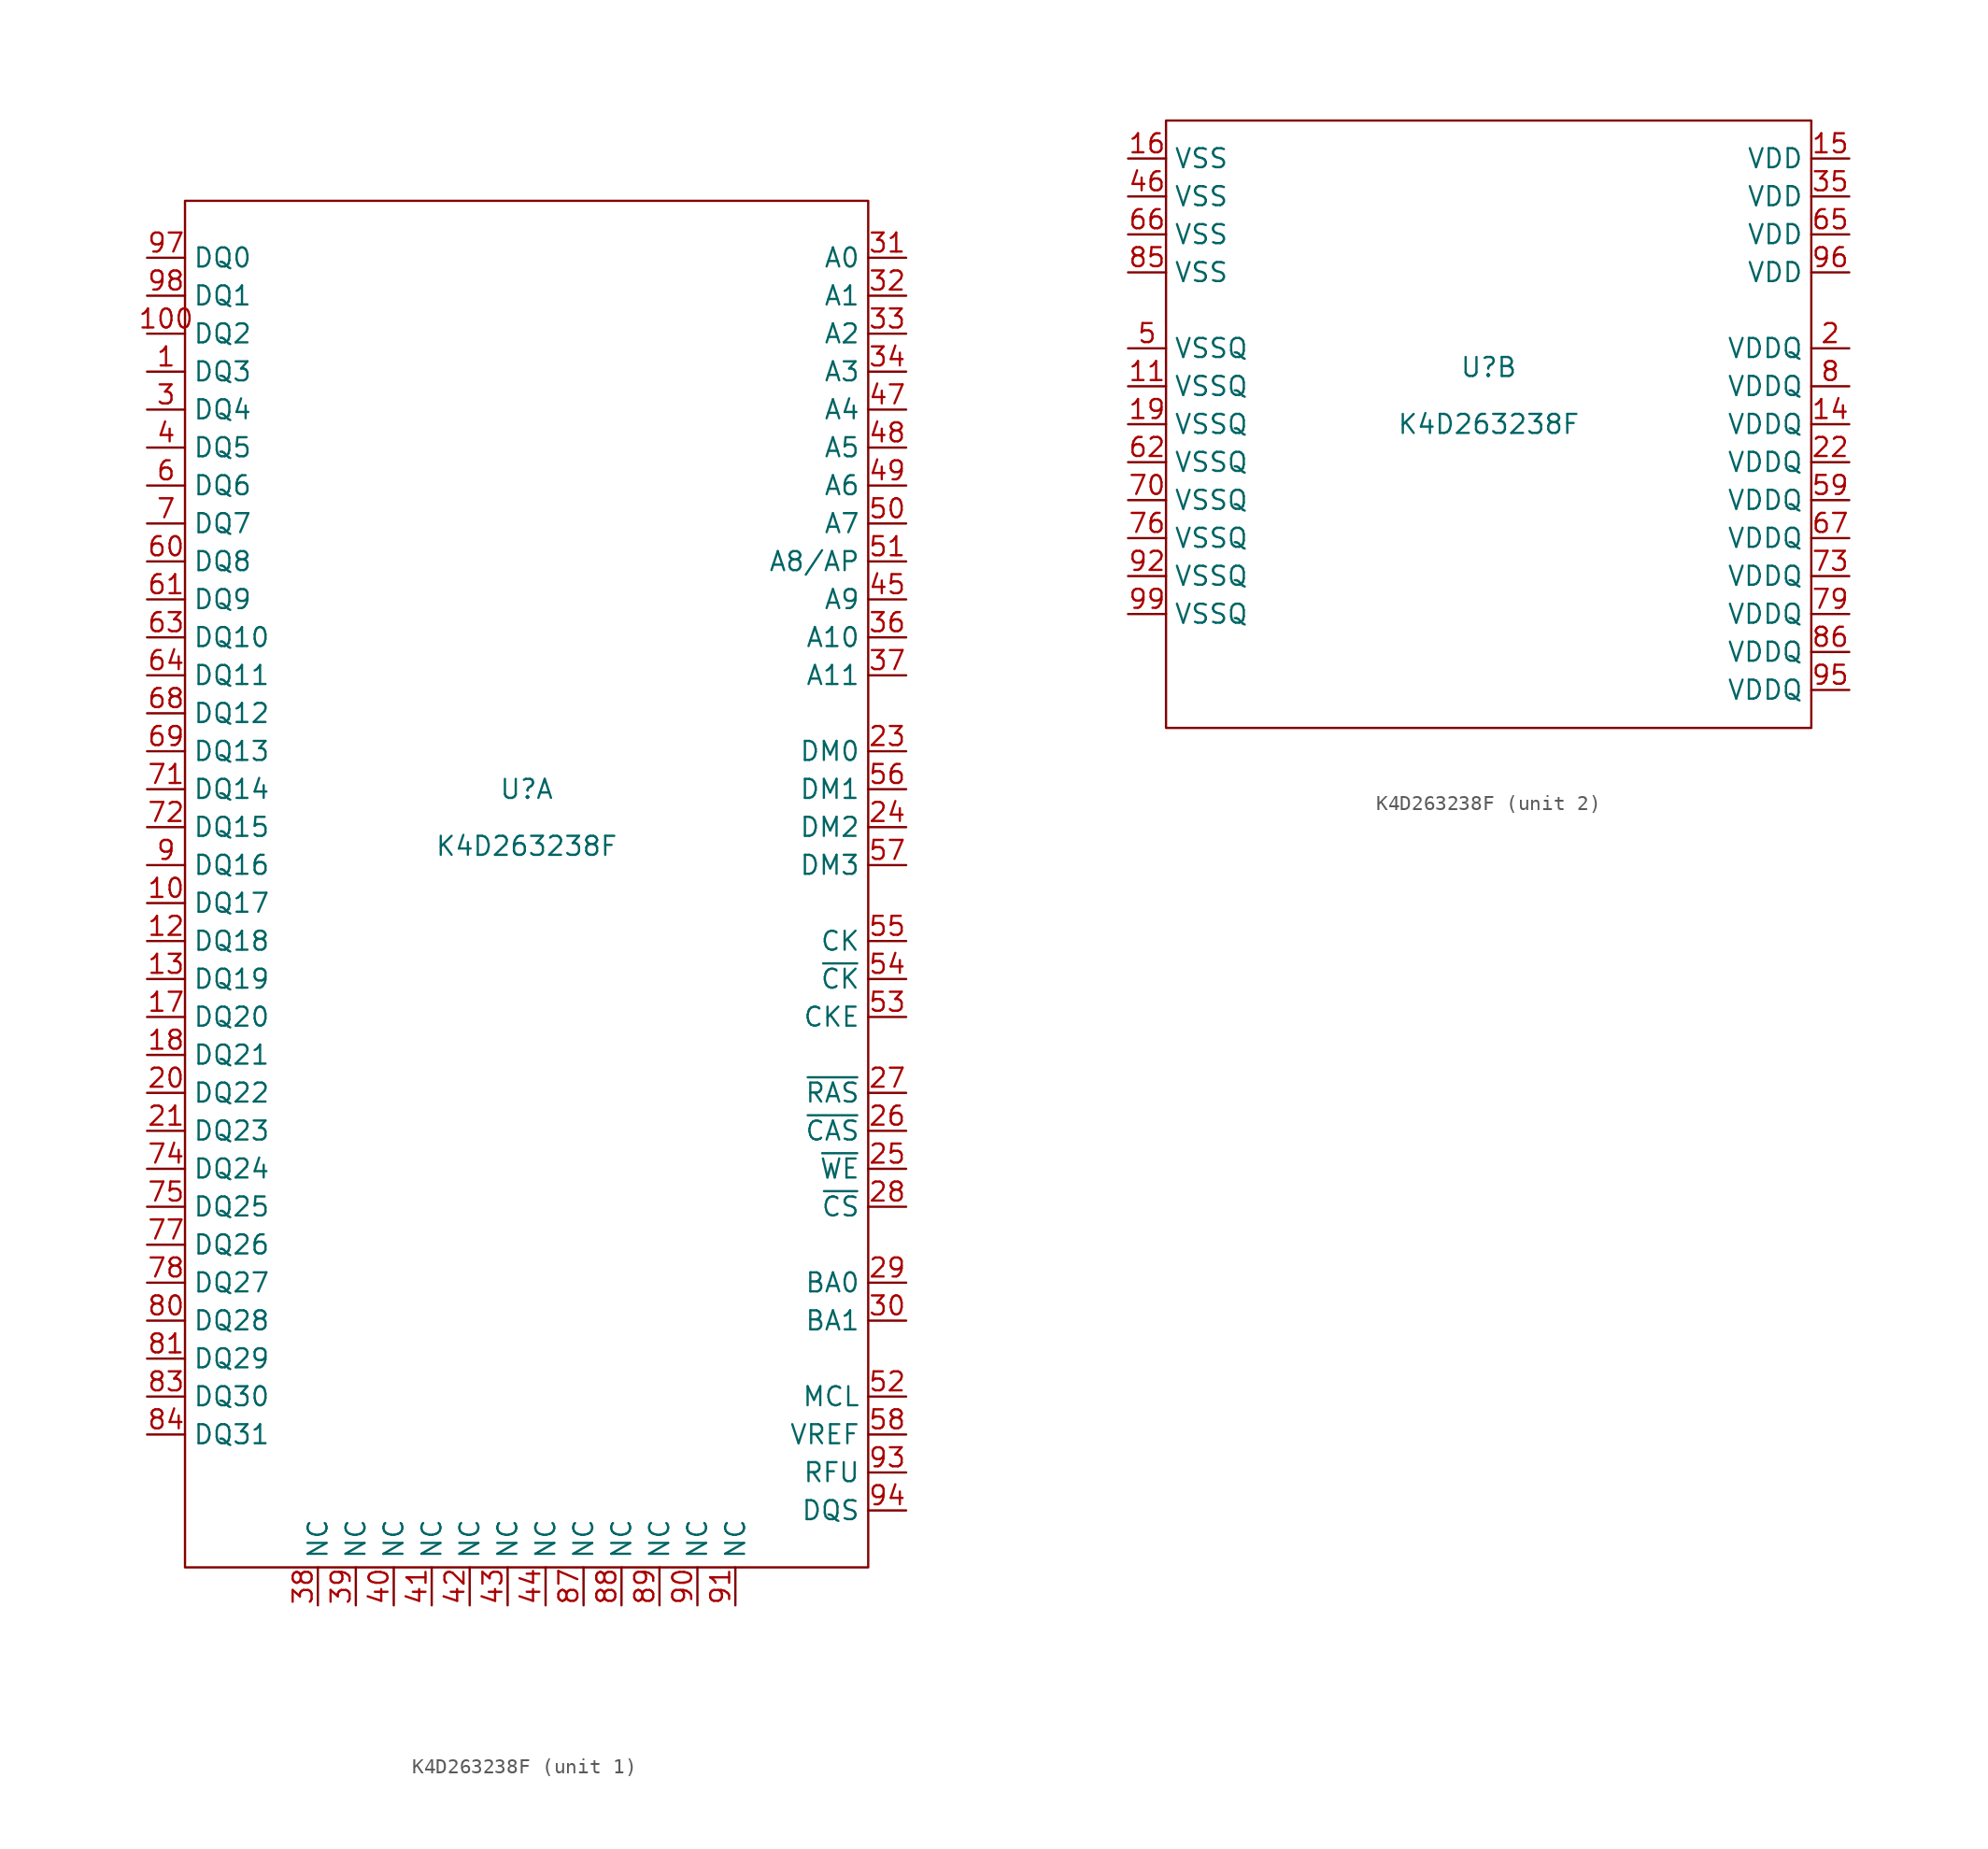
<source format=kicad_sym>
(kicad_symbol_lib
  (version 20211014)
  (generator kicad_symbol_editor)
  (symbol "K4D263238F"
    (property "Reference" "U"
      (at 0 3.81 0)
      (effects (font (size 1.27 1.27))))
    (property "Value" "K4D263238F"
      (at 0 0 0)
      (effects (font (size 1.27 1.27))))
    (property "ki_locked" ""
      (at 0 0 0)
      (effects (font (size 1.27 1.27))))
    (symbol "K4D263238F_1_1"
      (rectangle (start -22.86 43.18) (end 22.86 -48.26) (stroke (width 0) (type default) (color 0 0 0 0)) (fill (type none)))
      (pin bidirectional line (at -25.4 31.75 0) (length 2.54) (name "DQ3" (effects (font (size 1.27 1.27)))) (number "1" (effects (font (size 1.27 1.27)))))
      (pin bidirectional line (at -25.4 -3.81 0) (length 2.54) (name "DQ17" (effects (font (size 1.27 1.27)))) (number "10" (effects (font (size 1.27 1.27)))))
      (pin bidirectional line (at -25.4 34.29 0) (length 2.54) (name "DQ2" (effects (font (size 1.27 1.27)))) (number "100" (effects (font (size 1.27 1.27)))))
      (pin bidirectional line (at -25.4 -6.35 0) (length 2.54) (name "DQ18" (effects (font (size 1.27 1.27)))) (number "12" (effects (font (size 1.27 1.27)))))
      (pin bidirectional line (at -25.4 -8.89 0) (length 2.54) (name "DQ19" (effects (font (size 1.27 1.27)))) (number "13" (effects (font (size 1.27 1.27)))))
      (pin bidirectional line (at -25.4 -11.43 0) (length 2.54) (name "DQ20" (effects (font (size 1.27 1.27)))) (number "17" (effects (font (size 1.27 1.27)))))
      (pin bidirectional line (at -25.4 -13.97 0) (length 2.54) (name "DQ21" (effects (font (size 1.27 1.27)))) (number "18" (effects (font (size 1.27 1.27)))))
      (pin bidirectional line (at -25.4 -16.51 0) (length 2.54) (name "DQ22" (effects (font (size 1.27 1.27)))) (number "20" (effects (font (size 1.27 1.27)))))
      (pin bidirectional line (at -25.4 -19.05 0) (length 2.54) (name "DQ23" (effects (font (size 1.27 1.27)))) (number "21" (effects (font (size 1.27 1.27)))))
      (pin input line (at 25.4 6.35 180) (length 2.54) (name "DM0" (effects (font (size 1.27 1.27)))) (number "23" (effects (font (size 1.27 1.27)))))
      (pin input line (at 25.4 1.27 180) (length 2.54) (name "DM2" (effects (font (size 1.27 1.27)))) (number "24" (effects (font (size 1.27 1.27)))))
      (pin input line (at 25.4 -21.59 180) (length 2.54) (name "~{WE}" (effects (font (size 1.27 1.27)))) (number "25" (effects (font (size 1.27 1.27)))))
      (pin input line (at 25.4 -19.05 180) (length 2.54) (name "~{CAS}" (effects (font (size 1.27 1.27)))) (number "26" (effects (font (size 1.27 1.27)))))
      (pin input line (at 25.4 -16.51 180) (length 2.54) (name "~{RAS}" (effects (font (size 1.27 1.27)))) (number "27" (effects (font (size 1.27 1.27)))))
      (pin input line (at 25.4 -24.13 180) (length 2.54) (name "~{CS}" (effects (font (size 1.27 1.27)))) (number "28" (effects (font (size 1.27 1.27)))))
      (pin input line (at 25.4 -29.21 180) (length 2.54) (name "BA0" (effects (font (size 1.27 1.27)))) (number "29" (effects (font (size 1.27 1.27)))))
      (pin bidirectional line (at -25.4 29.21 0) (length 2.54) (name "DQ4" (effects (font (size 1.27 1.27)))) (number "3" (effects (font (size 1.27 1.27)))))
      (pin input line (at 25.4 -31.75 180) (length 2.54) (name "BA1" (effects (font (size 1.27 1.27)))) (number "30" (effects (font (size 1.27 1.27)))))
      (pin input line (at 25.4 39.37 180) (length 2.54) (name "A0" (effects (font (size 1.27 1.27)))) (number "31" (effects (font (size 1.27 1.27)))))
      (pin input line (at 25.4 36.83 180) (length 2.54) (name "A1" (effects (font (size 1.27 1.27)))) (number "32" (effects (font (size 1.27 1.27)))))
      (pin input line (at 25.4 34.29 180) (length 2.54) (name "A2" (effects (font (size 1.27 1.27)))) (number "33" (effects (font (size 1.27 1.27)))))
      (pin input line (at 25.4 31.75 180) (length 2.54) (name "A3" (effects (font (size 1.27 1.27)))) (number "34" (effects (font (size 1.27 1.27)))))
      (pin input line (at 25.4 13.97 180) (length 2.54) (name "A10" (effects (font (size 1.27 1.27)))) (number "36" (effects (font (size 1.27 1.27)))))
      (pin input line (at 25.4 11.43 180) (length 2.54) (name "A11" (effects (font (size 1.27 1.27)))) (number "37" (effects (font (size 1.27 1.27)))))
      (pin input line (at -13.97 -50.8 90) (length 2.54) (name "NC" (effects (font (size 1.27 1.27)))) (number "38" (effects (font (size 1.27 1.27)))))
      (pin input line (at -11.43 -50.8 90) (length 2.54) (name "NC" (effects (font (size 1.27 1.27)))) (number "39" (effects (font (size 1.27 1.27)))))
      (pin bidirectional line (at -25.4 26.67 0) (length 2.54) (name "DQ5" (effects (font (size 1.27 1.27)))) (number "4" (effects (font (size 1.27 1.27)))))
      (pin input line (at -8.89 -50.8 90) (length 2.54) (name "NC" (effects (font (size 1.27 1.27)))) (number "40" (effects (font (size 1.27 1.27)))))
      (pin input line (at -6.35 -50.8 90) (length 2.54) (name "NC" (effects (font (size 1.27 1.27)))) (number "41" (effects (font (size 1.27 1.27)))))
      (pin input line (at -3.81 -50.8 90) (length 2.54) (name "NC" (effects (font (size 1.27 1.27)))) (number "42" (effects (font (size 1.27 1.27)))))
      (pin input line (at -1.27 -50.8 90) (length 2.54) (name "NC" (effects (font (size 1.27 1.27)))) (number "43" (effects (font (size 1.27 1.27)))))
      (pin input line (at 1.27 -50.8 90) (length 2.54) (name "NC" (effects (font (size 1.27 1.27)))) (number "44" (effects (font (size 1.27 1.27)))))
      (pin input line (at 25.4 16.51 180) (length 2.54) (name "A9" (effects (font (size 1.27 1.27)))) (number "45" (effects (font (size 1.27 1.27)))))
      (pin input line (at 25.4 29.21 180) (length 2.54) (name "A4" (effects (font (size 1.27 1.27)))) (number "47" (effects (font (size 1.27 1.27)))))
      (pin input line (at 25.4 26.67 180) (length 2.54) (name "A5" (effects (font (size 1.27 1.27)))) (number "48" (effects (font (size 1.27 1.27)))))
      (pin input line (at 25.4 24.13 180) (length 2.54) (name "A6" (effects (font (size 1.27 1.27)))) (number "49" (effects (font (size 1.27 1.27)))))
      (pin input line (at 25.4 21.59 180) (length 2.54) (name "A7" (effects (font (size 1.27 1.27)))) (number "50" (effects (font (size 1.27 1.27)))))
      (pin input line (at 25.4 19.05 180) (length 2.54) (name "A8/AP" (effects (font (size 1.27 1.27)))) (number "51" (effects (font (size 1.27 1.27)))))
      (pin input line (at 25.4 -36.83 180) (length 2.54) (name "MCL" (effects (font (size 1.27 1.27)))) (number "52" (effects (font (size 1.27 1.27)))))
      (pin input line (at 25.4 -11.43 180) (length 2.54) (name "CKE" (effects (font (size 1.27 1.27)))) (number "53" (effects (font (size 1.27 1.27)))))
      (pin input line (at 25.4 -8.89 180) (length 2.54) (name "~{CK}" (effects (font (size 1.27 1.27)))) (number "54" (effects (font (size 1.27 1.27)))))
      (pin input line (at 25.4 -6.35 180) (length 2.54) (name "CK" (effects (font (size 1.27 1.27)))) (number "55" (effects (font (size 1.27 1.27)))))
      (pin input line (at 25.4 3.81 180) (length 2.54) (name "DM1" (effects (font (size 1.27 1.27)))) (number "56" (effects (font (size 1.27 1.27)))))
      (pin input line (at 25.4 -1.27 180) (length 2.54) (name "DM3" (effects (font (size 1.27 1.27)))) (number "57" (effects (font (size 1.27 1.27)))))
      (pin input line (at 25.4 -39.37 180) (length 2.54) (name "VREF" (effects (font (size 1.27 1.27)))) (number "58" (effects (font (size 1.27 1.27)))))
      (pin bidirectional line (at -25.4 24.13 0) (length 2.54) (name "DQ6" (effects (font (size 1.27 1.27)))) (number "6" (effects (font (size 1.27 1.27)))))
      (pin bidirectional line (at -25.4 19.05 0) (length 2.54) (name "DQ8" (effects (font (size 1.27 1.27)))) (number "60" (effects (font (size 1.27 1.27)))))
      (pin bidirectional line (at -25.4 16.51 0) (length 2.54) (name "DQ9" (effects (font (size 1.27 1.27)))) (number "61" (effects (font (size 1.27 1.27)))))
      (pin bidirectional line (at -25.4 13.97 0) (length 2.54) (name "DQ10" (effects (font (size 1.27 1.27)))) (number "63" (effects (font (size 1.27 1.27)))))
      (pin bidirectional line (at -25.4 11.43 0) (length 2.54) (name "DQ11" (effects (font (size 1.27 1.27)))) (number "64" (effects (font (size 1.27 1.27)))))
      (pin bidirectional line (at -25.4 8.89 0) (length 2.54) (name "DQ12" (effects (font (size 1.27 1.27)))) (number "68" (effects (font (size 1.27 1.27)))))
      (pin bidirectional line (at -25.4 6.35 0) (length 2.54) (name "DQ13" (effects (font (size 1.27 1.27)))) (number "69" (effects (font (size 1.27 1.27)))))
      (pin bidirectional line (at -25.4 21.59 0) (length 2.54) (name "DQ7" (effects (font (size 1.27 1.27)))) (number "7" (effects (font (size 1.27 1.27)))))
      (pin bidirectional line (at -25.4 3.81 0) (length 2.54) (name "DQ14" (effects (font (size 1.27 1.27)))) (number "71" (effects (font (size 1.27 1.27)))))
      (pin bidirectional line (at -25.4 1.27 0) (length 2.54) (name "DQ15" (effects (font (size 1.27 1.27)))) (number "72" (effects (font (size 1.27 1.27)))))
      (pin bidirectional line (at -25.4 -21.59 0) (length 2.54) (name "DQ24" (effects (font (size 1.27 1.27)))) (number "74" (effects (font (size 1.27 1.27)))))
      (pin bidirectional line (at -25.4 -24.13 0) (length 2.54) (name "DQ25" (effects (font (size 1.27 1.27)))) (number "75" (effects (font (size 1.27 1.27)))))
      (pin bidirectional line (at -25.4 -26.67 0) (length 2.54) (name "DQ26" (effects (font (size 1.27 1.27)))) (number "77" (effects (font (size 1.27 1.27)))))
      (pin bidirectional line (at -25.4 -29.21 0) (length 2.54) (name "DQ27" (effects (font (size 1.27 1.27)))) (number "78" (effects (font (size 1.27 1.27)))))
      (pin bidirectional line (at -25.4 -31.75 0) (length 2.54) (name "DQ28" (effects (font (size 1.27 1.27)))) (number "80" (effects (font (size 1.27 1.27)))))
      (pin bidirectional line (at -25.4 -34.29 0) (length 2.54) (name "DQ29" (effects (font (size 1.27 1.27)))) (number "81" (effects (font (size 1.27 1.27)))))
      (pin bidirectional line (at -25.4 -36.83 0) (length 2.54) (name "DQ30" (effects (font (size 1.27 1.27)))) (number "83" (effects (font (size 1.27 1.27)))))
      (pin bidirectional line (at -25.4 -39.37 0) (length 2.54) (name "DQ31" (effects (font (size 1.27 1.27)))) (number "84" (effects (font (size 1.27 1.27)))))
      (pin input line (at 3.81 -50.8 90) (length 2.54) (name "NC" (effects (font (size 1.27 1.27)))) (number "87" (effects (font (size 1.27 1.27)))))
      (pin input line (at 6.35 -50.8 90) (length 2.54) (name "NC" (effects (font (size 1.27 1.27)))) (number "88" (effects (font (size 1.27 1.27)))))
      (pin input line (at 8.89 -50.8 90) (length 2.54) (name "NC" (effects (font (size 1.27 1.27)))) (number "89" (effects (font (size 1.27 1.27)))))
      (pin bidirectional line (at -25.4 -1.27 0) (length 2.54) (name "DQ16" (effects (font (size 1.27 1.27)))) (number "9" (effects (font (size 1.27 1.27)))))
      (pin input line (at 11.43 -50.8 90) (length 2.54) (name "NC" (effects (font (size 1.27 1.27)))) (number "90" (effects (font (size 1.27 1.27)))))
      (pin input line (at 13.97 -50.8 90) (length 2.54) (name "NC" (effects (font (size 1.27 1.27)))) (number "91" (effects (font (size 1.27 1.27)))))
      (pin input line (at 25.4 -41.91 180) (length 2.54) (name "RFU" (effects (font (size 1.27 1.27)))) (number "93" (effects (font (size 1.27 1.27)))))
      (pin bidirectional line (at 25.4 -44.45 180) (length 2.54) (name "DQS" (effects (font (size 1.27 1.27)))) (number "94" (effects (font (size 1.27 1.27)))))
      (pin bidirectional line (at -25.4 39.37 0) (length 2.54) (name "DQ0" (effects (font (size 1.27 1.27)))) (number "97" (effects (font (size 1.27 1.27)))))
      (pin bidirectional line (at -25.4 36.83 0) (length 2.54) (name "DQ1" (effects (font (size 1.27 1.27)))) (number "98" (effects (font (size 1.27 1.27))))))
    (symbol "K4D263238F_2_1"
      (rectangle (start -21.59 20.32) (end 21.59 -20.32) (stroke (width 0) (type default) (color 0 0 0 0)) (fill (type none)))
      (pin power_in line (at -24.13 2.54 0) (length 2.54) (name "VSSQ" (effects (font (size 1.27 1.27)))) (number "11" (effects (font (size 1.27 1.27)))))
      (pin power_in line (at 24.13 0 180) (length 2.54) (name "VDDQ" (effects (font (size 1.27 1.27)))) (number "14" (effects (font (size 1.27 1.27)))))
      (pin power_in line (at 24.13 17.78 180) (length 2.54) (name "VDD" (effects (font (size 1.27 1.27)))) (number "15" (effects (font (size 1.27 1.27)))))
      (pin power_in line (at -24.13 17.78 0) (length 2.54) (name "VSS" (effects (font (size 1.27 1.27)))) (number "16" (effects (font (size 1.27 1.27)))))
      (pin power_in line (at -24.13 0 0) (length 2.54) (name "VSSQ" (effects (font (size 1.27 1.27)))) (number "19" (effects (font (size 1.27 1.27)))))
      (pin power_in line (at 24.13 5.08 180) (length 2.54) (name "VDDQ" (effects (font (size 1.27 1.27)))) (number "2" (effects (font (size 1.27 1.27)))))
      (pin power_in line (at 24.13 -2.54 180) (length 2.54) (name "VDDQ" (effects (font (size 1.27 1.27)))) (number "22" (effects (font (size 1.27 1.27)))))
      (pin power_in line (at 24.13 15.24 180) (length 2.54) (name "VDD" (effects (font (size 1.27 1.27)))) (number "35" (effects (font (size 1.27 1.27)))))
      (pin power_in line (at -24.13 15.24 0) (length 2.54) (name "VSS" (effects (font (size 1.27 1.27)))) (number "46" (effects (font (size 1.27 1.27)))))
      (pin power_in line (at -24.13 5.08 0) (length 2.54) (name "VSSQ" (effects (font (size 1.27 1.27)))) (number "5" (effects (font (size 1.27 1.27)))))
      (pin power_in line (at 24.13 -5.08 180) (length 2.54) (name "VDDQ" (effects (font (size 1.27 1.27)))) (number "59" (effects (font (size 1.27 1.27)))))
      (pin power_in line (at -24.13 -2.54 0) (length 2.54) (name "VSSQ" (effects (font (size 1.27 1.27)))) (number "62" (effects (font (size 1.27 1.27)))))
      (pin power_in line (at 24.13 12.7 180) (length 2.54) (name "VDD" (effects (font (size 1.27 1.27)))) (number "65" (effects (font (size 1.27 1.27)))))
      (pin power_in line (at -24.13 12.7 0) (length 2.54) (name "VSS" (effects (font (size 1.27 1.27)))) (number "66" (effects (font (size 1.27 1.27)))))
      (pin power_in line (at 24.13 -7.62 180) (length 2.54) (name "VDDQ" (effects (font (size 1.27 1.27)))) (number "67" (effects (font (size 1.27 1.27)))))
      (pin power_in line (at -24.13 -5.08 0) (length 2.54) (name "VSSQ" (effects (font (size 1.27 1.27)))) (number "70" (effects (font (size 1.27 1.27)))))
      (pin power_in line (at 24.13 -10.16 180) (length 2.54) (name "VDDQ" (effects (font (size 1.27 1.27)))) (number "73" (effects (font (size 1.27 1.27)))))
      (pin power_in line (at -24.13 -7.62 0) (length 2.54) (name "VSSQ" (effects (font (size 1.27 1.27)))) (number "76" (effects (font (size 1.27 1.27)))))
      (pin power_in line (at 24.13 -12.7 180) (length 2.54) (name "VDDQ" (effects (font (size 1.27 1.27)))) (number "79" (effects (font (size 1.27 1.27)))))
      (pin power_in line (at 24.13 2.54 180) (length 2.54) (name "VDDQ" (effects (font (size 1.27 1.27)))) (number "8" (effects (font (size 1.27 1.27)))))
      (pin power_in line (at -24.13 10.16 0) (length 2.54) (name "VSS" (effects (font (size 1.27 1.27)))) (number "85" (effects (font (size 1.27 1.27)))))
      (pin power_in line (at 24.13 -15.24 180) (length 2.54) (name "VDDQ" (effects (font (size 1.27 1.27)))) (number "86" (effects (font (size 1.27 1.27)))))
      (pin power_in line (at -24.13 -10.16 0) (length 2.54) (name "VSSQ" (effects (font (size 1.27 1.27)))) (number "92" (effects (font (size 1.27 1.27)))))
      (pin power_in line (at 24.13 -17.78 180) (length 2.54) (name "VDDQ" (effects (font (size 1.27 1.27)))) (number "95" (effects (font (size 1.27 1.27)))))
      (pin power_in line (at 24.13 10.16 180) (length 2.54) (name "VDD" (effects (font (size 1.27 1.27)))) (number "96" (effects (font (size 1.27 1.27)))))
      (pin power_in line (at -24.13 -12.7 0) (length 2.54) (name "VSSQ" (effects (font (size 1.27 1.27)))) (number "99" (effects (font (size 1.27 1.27))))))))
</source>
